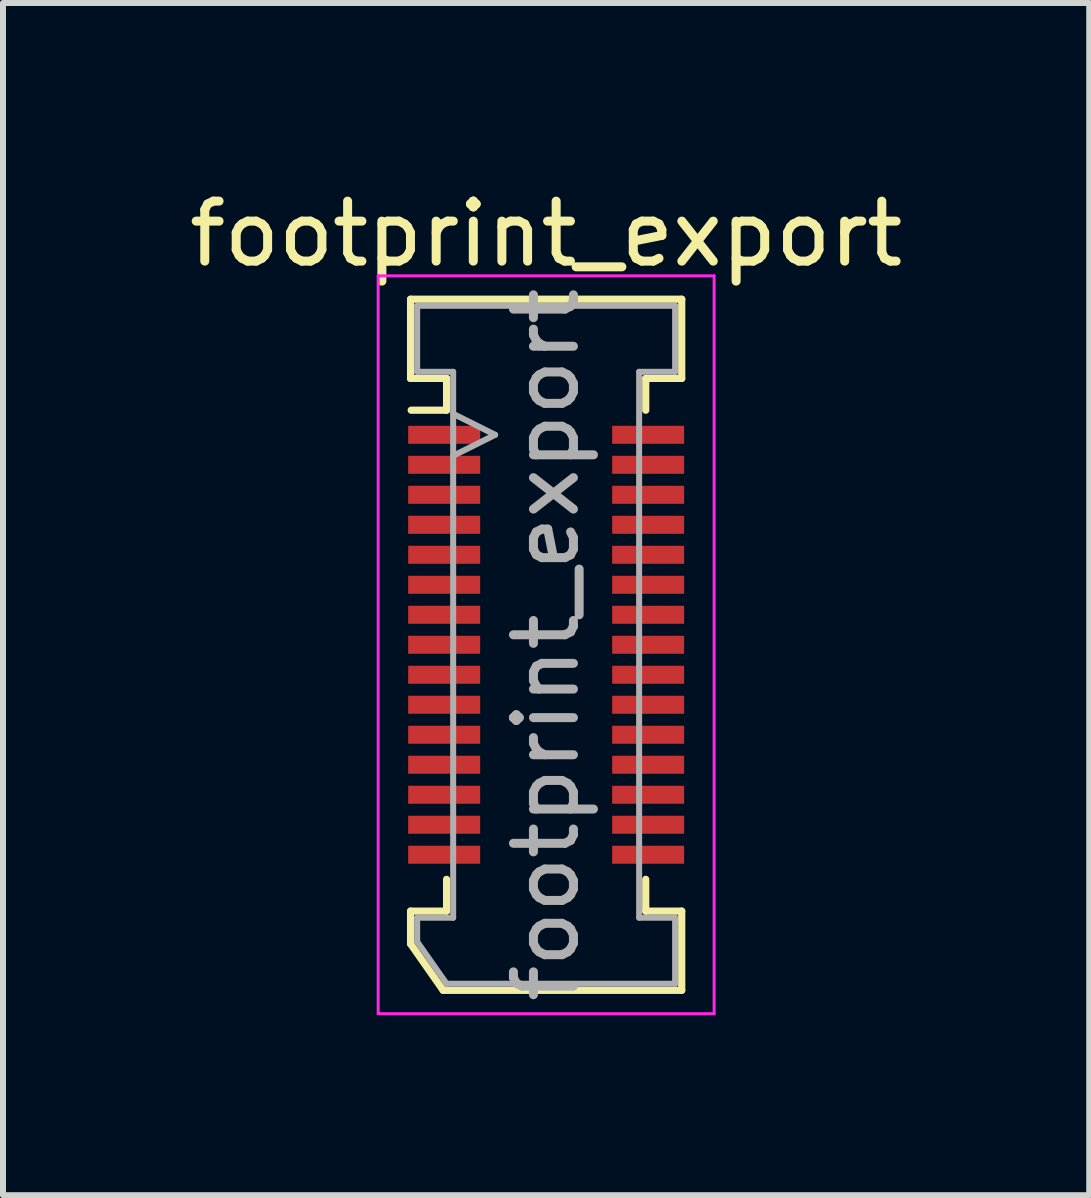
<source format=kicad_pcb>
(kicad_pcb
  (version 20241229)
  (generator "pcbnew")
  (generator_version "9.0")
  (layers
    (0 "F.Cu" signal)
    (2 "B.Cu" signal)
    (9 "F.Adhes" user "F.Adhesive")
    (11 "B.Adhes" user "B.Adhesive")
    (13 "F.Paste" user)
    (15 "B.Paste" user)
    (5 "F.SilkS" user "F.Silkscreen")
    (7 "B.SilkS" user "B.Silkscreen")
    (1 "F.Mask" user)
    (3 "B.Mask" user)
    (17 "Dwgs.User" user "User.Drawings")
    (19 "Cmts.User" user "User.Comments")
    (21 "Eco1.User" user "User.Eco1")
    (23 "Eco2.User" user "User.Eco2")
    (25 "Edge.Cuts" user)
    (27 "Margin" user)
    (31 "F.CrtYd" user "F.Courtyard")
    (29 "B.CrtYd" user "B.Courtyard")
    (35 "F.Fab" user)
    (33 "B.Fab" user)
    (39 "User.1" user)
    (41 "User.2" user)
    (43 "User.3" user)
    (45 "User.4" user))
  (footprint "footprint_export"
    (layer "F.Cu")
    (at 6.054 7.698)
    (property "Reference" "footprint_export" (at 0 -6.85 0) (layer "F.SilkS") (effects (font (size 1 1) (thickness 0.15))))
    (attr smd)
    (fp_line (start -2.26 -5.76) (end -2.26 -4.44) (stroke (width 0.12) (type solid)) (layer "F.SilkS"))
    (fp_line (start -2.26 -4.44) (end -2.26 -4.44) (stroke (width 0.12) (type solid)) (layer "F.SilkS"))
    (fp_line (start -2.26 -4.44) (end -1.66 -4.44) (stroke (width 0.12) (type solid)) (layer "F.SilkS"))
    (fp_line (start -2.26 4.44) (end -1.66 4.44) (stroke (width 0.12) (type solid)) (layer "F.SilkS"))
    (fp_line (start -2.26 4.985) (end -2.26 4.44) (stroke (width 0.12) (type solid)) (layer "F.SilkS"))
    (fp_line (start -1.717 5.76) (end -2.26 4.985) (stroke (width 0.12) (type solid)) (layer "F.SilkS"))
    (fp_line (start -1.66 -4.44) (end -1.66 -3.91) (stroke (width 0.12) (type solid)) (layer "F.SilkS"))
    (fp_line (start -1.66 -3.91) (end -2.25 -3.91) (stroke (width 0.12) (type solid)) (layer "F.SilkS"))
    (fp_line (start -1.66 4.44) (end -1.66 3.91) (stroke (width 0.12) (type solid)) (layer "F.SilkS"))
    (fp_line (start 1.66 -4.44) (end 2.26 -4.44) (stroke (width 0.12) (type solid)) (layer "F.SilkS"))
    (fp_line (start 1.66 -3.91) (end 1.66 -4.44) (stroke (width 0.12) (type solid)) (layer "F.SilkS"))
    (fp_line (start 1.66 3.91) (end 1.66 4.44) (stroke (width 0.12) (type solid)) (layer "F.SilkS"))
    (fp_line (start 1.66 4.44) (end 2.26 4.44) (stroke (width 0.12) (type solid)) (layer "F.SilkS"))
    (fp_line (start 2.26 -5.76) (end -2.26 -5.76) (stroke (width 0.12) (type solid)) (layer "F.SilkS"))
    (fp_line (start 2.26 -4.44) (end 2.26 -5.76) (stroke (width 0.12) (type solid)) (layer "F.SilkS"))
    (fp_line (start 2.26 4.44) (end 2.26 5.76) (stroke (width 0.12) (type solid)) (layer "F.SilkS"))
    (fp_line (start 2.26 5.76) (end -1.717 5.76) (stroke (width 0.12) (type solid)) (layer "F.SilkS"))
    (fp_line (start -2.8 -6.15) (end -2.8 6.15) (stroke (width 0.05) (type solid)) (layer "F.CrtYd"))
    (fp_line (start -2.8 6.15) (end 2.8 6.15) (stroke (width 0.05) (type solid)) (layer "F.CrtYd"))
    (fp_line (start 2.8 -6.15) (end -2.8 -6.15) (stroke (width 0.05) (type solid)) (layer "F.CrtYd"))
    (fp_line (start 2.8 6.15) (end 2.8 -6.15) (stroke (width 0.05) (type solid)) (layer "F.CrtYd"))
    (fp_line (start -2.15 -5.65) (end -2.15 -4.55) (stroke (width 0.1) (type solid)) (layer "F.Fab"))
    (fp_line (start -2.15 -4.55) (end -1.55 -4.55) (stroke (width 0.1) (type solid)) (layer "F.Fab"))
    (fp_line (start -2.15 4.55) (end -2.15 4.95) (stroke (width 0.1) (type solid)) (layer "F.Fab"))
    (fp_line (start -2.15 4.95) (end -1.66 5.65) (stroke (width 0.1) (type solid)) (layer "F.Fab"))
    (fp_line (start -1.66 5.65) (end 2.15 5.65) (stroke (width 0.1) (type solid)) (layer "F.Fab"))
    (fp_line (start -1.55 -4.55) (end -1.55 4.55) (stroke (width 0.1) (type solid)) (layer "F.Fab"))
    (fp_line (start -1.55 4.55) (end -2.15 4.55) (stroke (width 0.1) (type solid)) (layer "F.Fab"))
    (fp_line (start -0.85 -3.5) (end -1.55 -3.85) (stroke (width 0.1) (type solid)) (layer "F.Fab"))
    (fp_line (start -0.85 -3.5) (end -1.55 -3.15) (stroke (width 0.1) (type solid)) (layer "F.Fab"))
    (fp_line (start 1.55 -4.55) (end 2.15 -4.55) (stroke (width 0.1) (type solid)) (layer "F.Fab"))
    (fp_line (start 1.55 4.55) (end 1.55 -4.55) (stroke (width 0.1) (type solid)) (layer "F.Fab"))
    (fp_line (start 2.15 -5.65) (end -2.15 -5.65) (stroke (width 0.1) (type solid)) (layer "F.Fab"))
    (fp_line (start 2.15 -4.55) (end 2.15 -5.65) (stroke (width 0.1) (type solid)) (layer "F.Fab"))
    (fp_line (start 2.15 4.55) (end 1.55 4.55) (stroke (width 0.1) (type solid)) (layer "F.Fab"))
    (fp_line (start 2.15 5.65) (end 2.15 4.55) (stroke (width 0.1) (type solid)) (layer "F.Fab"))
    (fp_text user "${REFERENCE}" (at 0 0 90) (layer "F.Fab") (effects (font (size 1 1) (thickness 0.15))))
    (pad "1" smd rect (at -1.7 -3.5) (size 1.2 0.3) (layers "F.Cu" "F.Mask" "F.Paste"))
    (pad "2" smd rect (at 1.7 -3.5) (size 1.2 0.3) (layers "F.Cu" "F.Mask" "F.Paste"))
    (pad "3" smd rect (at -1.7 -3) (size 1.2 0.3) (layers "F.Cu" "F.Mask" "F.Paste"))
    (pad "4" smd rect (at 1.7 -3) (size 1.2 0.3) (layers "F.Cu" "F.Mask" "F.Paste"))
    (pad "5" smd rect (at -1.7 -2.5) (size 1.2 0.3) (layers "F.Cu" "F.Mask" "F.Paste"))
    (pad "6" smd rect (at 1.7 -2.5) (size 1.2 0.3) (layers "F.Cu" "F.Mask" "F.Paste"))
    (pad "7" smd rect (at -1.7 -2) (size 1.2 0.3) (layers "F.Cu" "F.Mask" "F.Paste"))
    (pad "8" smd rect (at 1.7 -2) (size 1.2 0.3) (layers "F.Cu" "F.Mask" "F.Paste"))
    (pad "9" smd rect (at -1.7 -1.5) (size 1.2 0.3) (layers "F.Cu" "F.Mask" "F.Paste"))
    (pad "10" smd rect (at 1.7 -1.5) (size 1.2 0.3) (layers "F.Cu" "F.Mask" "F.Paste"))
    (pad "11" smd rect (at -1.7 -1) (size 1.2 0.3) (layers "F.Cu" "F.Mask" "F.Paste"))
    (pad "12" smd rect (at 1.7 -1) (size 1.2 0.3) (layers "F.Cu" "F.Mask" "F.Paste"))
    (pad "13" smd rect (at -1.7 -0.5) (size 1.2 0.3) (layers "F.Cu" "F.Mask" "F.Paste"))
    (pad "14" smd rect (at 1.7 -0.5) (size 1.2 0.3) (layers "F.Cu" "F.Mask" "F.Paste"))
    (pad "15" smd rect (at -1.7 0) (size 1.2 0.3) (layers "F.Cu" "F.Mask" "F.Paste"))
    (pad "16" smd rect (at 1.7 0) (size 1.2 0.3) (layers "F.Cu" "F.Mask" "F.Paste"))
    (pad "17" smd rect (at -1.7 0.5) (size 1.2 0.3) (layers "F.Cu" "F.Mask" "F.Paste"))
    (pad "18" smd rect (at 1.7 0.5) (size 1.2 0.3) (layers "F.Cu" "F.Mask" "F.Paste"))
    (pad "19" smd rect (at -1.7 1) (size 1.2 0.3) (layers "F.Cu" "F.Mask" "F.Paste"))
    (pad "20" smd rect (at 1.7 1) (size 1.2 0.3) (layers "F.Cu" "F.Mask" "F.Paste"))
    (pad "21" smd rect (at -1.7 1.5) (size 1.2 0.3) (layers "F.Cu" "F.Mask" "F.Paste"))
    (pad "22" smd rect (at 1.7 1.5) (size 1.2 0.3) (layers "F.Cu" "F.Mask" "F.Paste"))
    (pad "23" smd rect (at -1.7 2) (size 1.2 0.3) (layers "F.Cu" "F.Mask" "F.Paste"))
    (pad "24" smd rect (at 1.7 2) (size 1.2 0.3) (layers "F.Cu" "F.Mask" "F.Paste"))
    (pad "25" smd rect (at -1.7 2.5) (size 1.2 0.3) (layers "F.Cu" "F.Mask" "F.Paste"))
    (pad "26" smd rect (at 1.7 2.5) (size 1.2 0.3) (layers "F.Cu" "F.Mask" "F.Paste"))
    (pad "27" smd rect (at -1.7 3) (size 1.2 0.3) (layers "F.Cu" "F.Mask" "F.Paste"))
    (pad "28" smd rect (at 1.7 3) (size 1.2 0.3) (layers "F.Cu" "F.Mask" "F.Paste"))
    (pad "29" smd rect (at -1.7 3.5) (size 1.2 0.3) (layers "F.Cu" "F.Mask" "F.Paste"))
    (pad "30" smd rect (at 1.7 3.5) (size 1.2 0.3) (layers "F.Cu" "F.Mask" "F.Paste")))
  (gr_rect
    (start -3 -3)
    (end 15.107 16.873)
    (stroke (width 0.1) (type default))
    (fill no)
    (layer "Edge.Cuts")))
</source>
